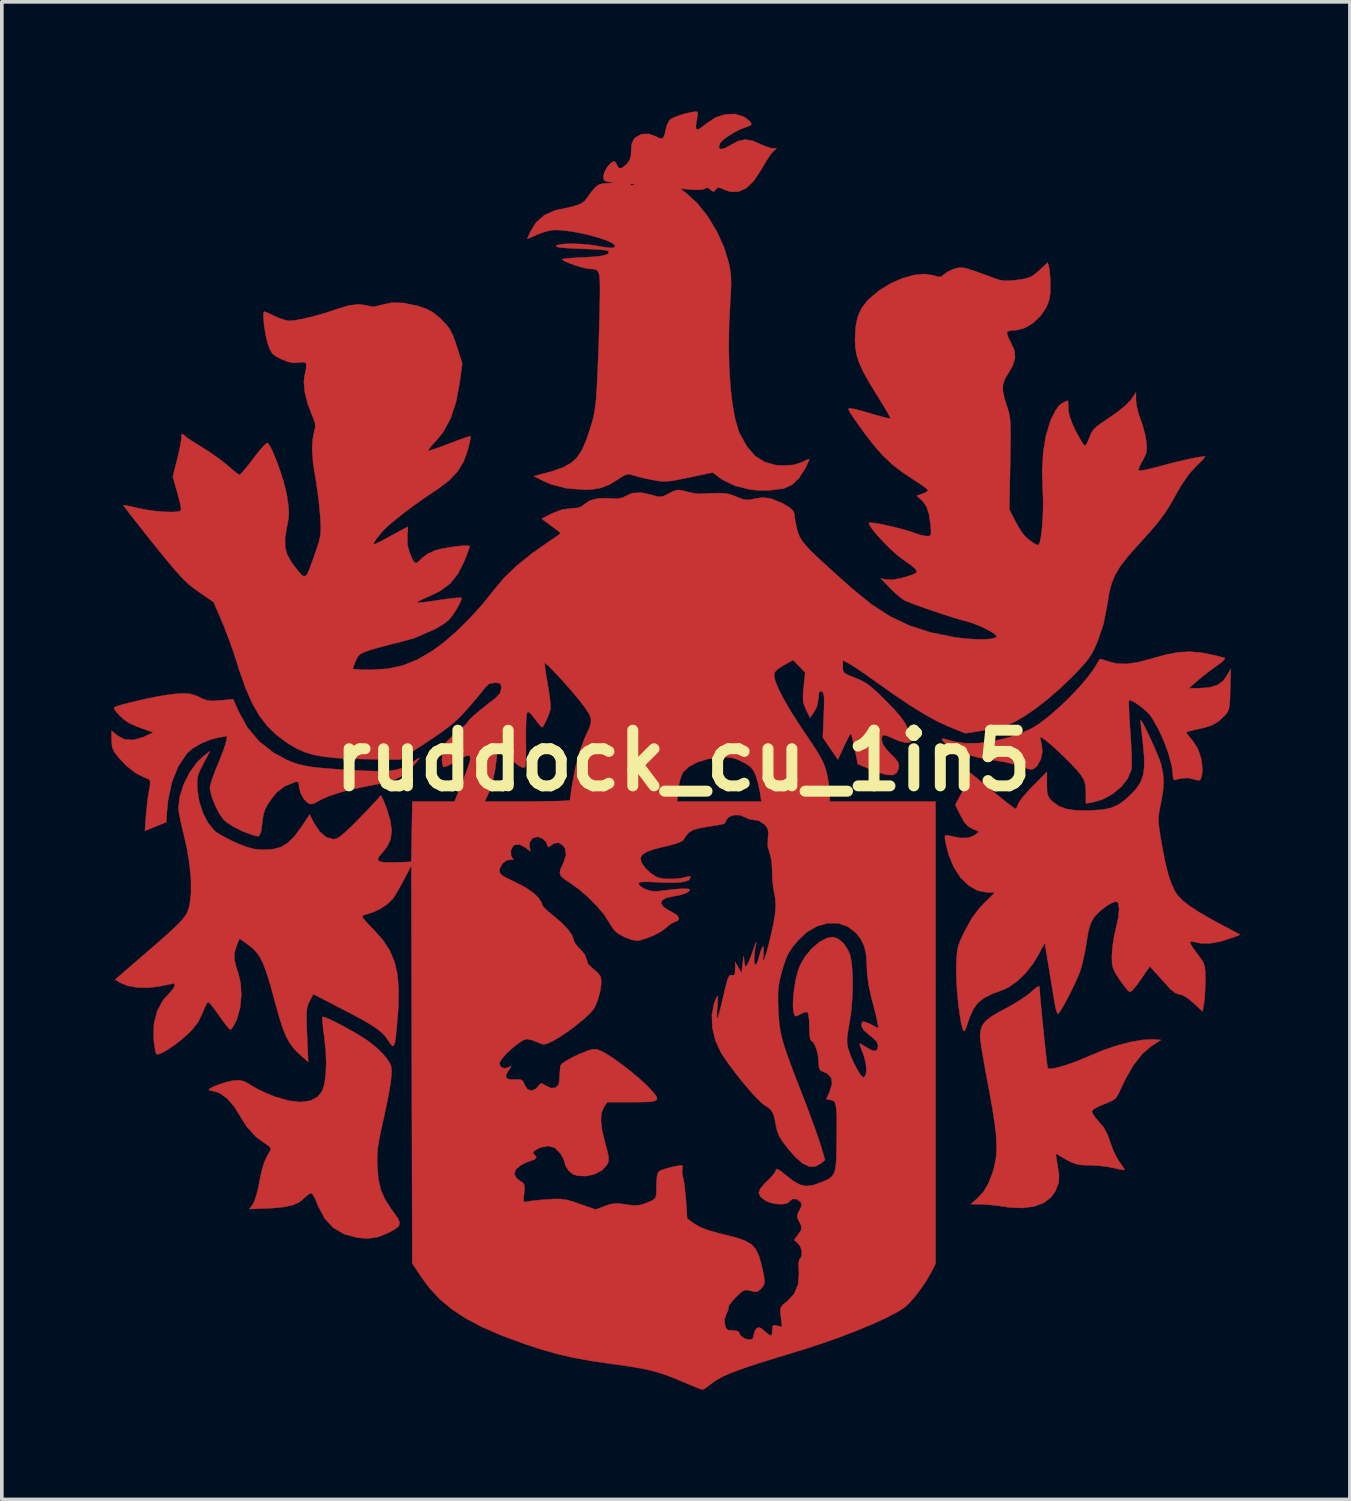
<source format=kicad_pcb>
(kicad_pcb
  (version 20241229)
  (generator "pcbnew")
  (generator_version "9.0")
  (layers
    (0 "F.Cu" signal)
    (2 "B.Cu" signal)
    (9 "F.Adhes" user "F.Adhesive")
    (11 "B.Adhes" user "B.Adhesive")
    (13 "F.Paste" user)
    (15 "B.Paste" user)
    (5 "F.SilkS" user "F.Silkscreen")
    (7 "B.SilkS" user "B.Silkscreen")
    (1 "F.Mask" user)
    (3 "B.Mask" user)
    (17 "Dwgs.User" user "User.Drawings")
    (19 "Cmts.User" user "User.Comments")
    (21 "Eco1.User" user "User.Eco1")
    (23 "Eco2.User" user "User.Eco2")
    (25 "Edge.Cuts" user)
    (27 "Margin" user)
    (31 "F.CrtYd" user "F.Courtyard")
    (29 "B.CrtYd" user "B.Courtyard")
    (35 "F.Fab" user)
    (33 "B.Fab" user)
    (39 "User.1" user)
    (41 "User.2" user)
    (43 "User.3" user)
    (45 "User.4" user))
  (footprint "ruddock_cu_1in5"
    (layer "F.Cu")
    (at 15.651 17.773)
    (property "Reference" "ruddock_cu_1in5" (at 0 0 0) (layer "F.SilkS") (effects (font (size 1.524 1.524) (thickness 0.3))))
    (attr through_hole)
    (fp_poly (pts (xy -9.817 7.021) (xy -9.693 7.072) (xy -9.518 7.156) (xy -9.314 7.262) (xy -9.097 7.382) (xy -8.887 7.504) (xy -8.703 7.619) (xy -8.586 7.7) (xy -8.406 7.846) (xy -8.237 8.009) (xy -8.124 8.14) (xy -8.038 8.266) (xy -7.993 8.37) (xy -7.981 8.491) (xy -7.992 8.671) (xy -7.993 8.687) (xy -8.015 8.853) (xy -8.055 9.091) (xy -8.11 9.376) (xy -8.174 9.68) (xy -8.207 9.83) (xy -8.279 10.153) (xy -8.329 10.403) (xy -8.36 10.604) (xy -8.374 10.783) (xy -8.376 10.963) (xy -8.37 11.125) (xy -8.34 11.468) (xy -8.275 11.75) (xy -8.162 12.007) (xy -7.989 12.278) (xy -7.923 12.366) (xy -7.806 12.533) (xy -7.758 12.651) (xy -7.786 12.743) (xy -7.896 12.83) (xy -8.077 12.928) (xy -8.358 13.041) (xy -8.634 13.08) (xy -8.919 13.057) (xy -9.282 12.959) (xy -9.58 12.784) (xy -9.816 12.529) (xy -9.993 12.191) (xy -10.01 12.146) (xy -10.076 11.987) (xy -10.139 11.876) (xy -10.183 11.836) (xy -10.253 11.87) (xy -10.355 11.955) (xy -10.383 11.983) (xy -10.515 12.089) (xy -10.687 12.165) (xy -10.917 12.216) (xy -11.223 12.247) (xy -11.411 12.256) (xy -11.875 12.274) (xy -11.78 12.144) (xy -11.728 12.034) (xy -11.672 11.856) (xy -11.621 11.641) (xy -11.607 11.566) (xy -11.54 11.235) (xy -11.462 10.98) (xy -11.365 10.777) (xy -11.317 10.701) (xy -11.281 10.619) (xy -11.328 10.561) (xy -11.348 10.548) (xy -11.687 10.303) (xy -11.947 10.021) (xy -12.106 9.765) (xy -12.285 9.475) (xy -12.478 9.252) (xy -12.673 9.108) (xy -12.79 9.064) (xy -12.91 9.036) (xy -12.979 9.018) (xy -12.981 8.992) (xy -12.908 8.947) (xy -12.783 8.892) (xy -12.63 8.837) (xy -12.471 8.789) (xy -12.33 8.759) (xy -12.306 8.756) (xy -12.15 8.748) (xy -12.026 8.774) (xy -11.888 8.848) (xy -11.828 8.888) (xy -11.663 8.982) (xy -11.444 9.088) (xy -11.215 9.183) (xy -11.179 9.197) (xy -10.802 9.307) (xy -10.477 9.344) (xy -10.211 9.309) (xy -10.007 9.203) (xy -9.883 9.047) (xy -9.822 8.862) (xy -9.785 8.6) (xy -9.772 8.282) (xy -9.784 7.932) (xy -9.822 7.572) (xy -9.823 7.57) (xy -9.852 7.349) (xy -9.871 7.168) (xy -9.878 7.048) (xy -9.874 7.012) (xy -9.817 7.021)) (stroke (width 0.01) (type solid)) (fill yes) (layer "F.Cu"))
    (fp_poly (pts (xy 9.754 6.194) (xy 9.759 6.289) (xy 9.772 6.459) (xy 9.793 6.686) (xy 9.818 6.952) (xy 9.846 7.241) (xy 9.876 7.532) (xy 9.906 7.81) (xy 9.933 8.056) (xy 9.956 8.252) (xy 9.973 8.381) (xy 9.982 8.424) (xy 10.056 8.435) (xy 10.205 8.41) (xy 10.41 8.354) (xy 10.652 8.273) (xy 10.914 8.172) (xy 11.145 8.072) (xy 11.513 7.919) (xy 11.893 7.792) (xy 12.259 7.698) (xy 12.588 7.641) (xy 12.855 7.629) (xy 12.872 7.63) (xy 13.08 7.645) (xy 12.818 7.813) (xy 12.569 8.024) (xy 12.328 8.333) (xy 12.097 8.734) (xy 11.998 8.945) (xy 11.916 9.12) (xy 11.846 9.23) (xy 11.76 9.301) (xy 11.629 9.361) (xy 11.533 9.398) (xy 11.367 9.468) (xy 11.243 9.538) (xy 11.19 9.587) (xy 11.208 9.663) (xy 11.29 9.781) (xy 11.375 9.876) (xy 11.52 10.05) (xy 11.623 10.247) (xy 11.691 10.444) (xy 11.767 10.655) (xy 11.863 10.856) (xy 11.948 10.989) (xy 12.032 11.105) (xy 12.078 11.184) (xy 12.08 11.203) (xy 12.025 11.202) (xy 11.901 11.178) (xy 11.783 11.149) (xy 11.584 11.111) (xy 11.339 11.084) (xy 11.131 11.075) (xy 10.916 11.069) (xy 10.758 11.043) (xy 10.612 10.987) (xy 10.478 10.915) (xy 10.199 10.755) (xy 10.228 10.953) (xy 10.258 11.141) (xy 10.288 11.327) (xy 10.29 11.334) (xy 10.28 11.555) (xy 10.186 11.789) (xy 10.065 11.956) (xy 9.871 12.105) (xy 9.605 12.202) (xy 9.285 12.245) (xy 8.929 12.229) (xy 8.814 12.212) (xy 8.578 12.178) (xy 8.331 12.153) (xy 8.164 12.145) (xy 7.87 12.141) (xy 8.053 11.981) (xy 8.222 11.8) (xy 8.356 11.574) (xy 8.469 11.278) (xy 8.503 11.168) (xy 8.549 10.968) (xy 8.576 10.754) (xy 8.581 10.512) (xy 8.564 10.229) (xy 8.523 9.89) (xy 8.459 9.482) (xy 8.37 8.992) (xy 8.357 8.924) (xy 8.292 8.578) (xy 8.234 8.255) (xy 8.186 7.973) (xy 8.151 7.747) (xy 8.131 7.595) (xy 8.128 7.547) (xy 8.142 7.377) (xy 8.192 7.238) (xy 8.292 7.114) (xy 8.456 6.991) (xy 8.697 6.852) (xy 8.797 6.8) (xy 9.033 6.67) (xy 9.258 6.53) (xy 9.444 6.4) (xy 9.534 6.324) (xy 9.666 6.208) (xy 9.739 6.172) (xy 9.754 6.194)) (stroke (width 0.01) (type solid)) (fill yes) (layer "F.Cu"))
    (fp_poly (pts (xy -13.483 -1.826) (xy -13.329 -1.778) (xy -13.168 -1.702) (xy -13.043 -1.654) (xy -12.899 -1.636) (xy -12.697 -1.646) (xy -12.66 -1.65) (xy -12.319 -1.684) (xy -12.178 -1.363) (xy -11.929 -0.91) (xy -11.61 -0.531) (xy -11.218 -0.221) (xy -10.85 -0.021) (xy -10.693 0.045) (xy -10.529 0.098) (xy -10.344 0.141) (xy -10.12 0.176) (xy -9.842 0.206) (xy -9.494 0.233) (xy -9.086 0.258) (xy -8.674 0.279) (xy -8.346 0.287) (xy -8.088 0.279) (xy -7.884 0.254) (xy -7.716 0.21) (xy -7.571 0.144) (xy -7.431 0.055) (xy -7.418 0.046) (xy -7.302 -0.034) (xy -7.228 -0.074) (xy -7.214 -0.074) (xy -7.246 -0.026) (xy -7.33 0.074) (xy -7.447 0.203) (xy -7.582 0.334) (xy -7.723 0.435) (xy -7.89 0.515) (xy -8.105 0.583) (xy -8.388 0.647) (xy -8.585 0.685) (xy -9.022 0.775) (xy -9.401 0.872) (xy -9.707 0.973) (xy -9.929 1.073) (xy -9.97 1.098) (xy -10.107 1.174) (xy -10.202 1.189) (xy -10.262 1.168) (xy -10.377 1.061) (xy -10.468 0.897) (xy -10.514 0.72) (xy -10.516 0.685) (xy -10.528 0.591) (xy -10.584 0.575) (xy -10.63 0.586) (xy -10.911 0.702) (xy -11.127 0.868) (xy -11.244 1.009) (xy -11.371 1.194) (xy -11.449 1.342) (xy -11.494 1.496) (xy -11.522 1.696) (xy -11.528 1.752) (xy -11.556 1.943) (xy -11.596 2.044) (xy -11.633 2.069) (xy -11.714 2.056) (xy -11.859 2.01) (xy -12.039 1.941) (xy -12.076 1.925) (xy -12.315 1.807) (xy -12.507 1.678) (xy -12.592 1.6) (xy -12.702 1.44) (xy -12.809 1.23) (xy -12.896 1.008) (xy -12.947 0.812) (xy -12.954 0.734) (xy -12.935 0.635) (xy -12.882 0.47) (xy -12.806 0.266) (xy -12.751 0.133) (xy -12.66 -0.088) (xy -12.583 -0.292) (xy -12.53 -0.449) (xy -12.515 -0.507) (xy -12.482 -0.672) (xy -12.705 -0.637) (xy -12.959 -0.571) (xy -13.216 -0.461) (xy -13.442 -0.325) (xy -13.59 -0.193) (xy -13.823 0.159) (xy -13.994 0.587) (xy -14.101 1.081) (xy -14.135 1.438) (xy -14.148 1.682) (xy -14.733 1.92) (xy -14.704 1.506) (xy -14.683 1.272) (xy -14.656 1.041) (xy -14.629 0.861) (xy -14.627 0.848) (xy -14.594 0.673) (xy -14.589 0.571) (xy -14.618 0.515) (xy -14.692 0.479) (xy -14.754 0.458) (xy -14.992 0.338) (xy -15.245 0.136) (xy -15.467 -0.099) (xy -15.577 -0.247) (xy -15.631 -0.376) (xy -15.646 -0.535) (xy -15.646 -0.568) (xy -15.646 -0.822) (xy -15.49 -0.69) (xy -15.291 -0.582) (xy -15.056 -0.567) (xy -14.784 -0.644) (xy -14.732 -0.667) (xy -14.503 -0.773) (xy -14.76 -0.863) (xy -14.942 -0.931) (xy -15.112 -1.004) (xy -15.173 -1.033) (xy -15.279 -1.104) (xy -15.395 -1.205) (xy -15.498 -1.313) (xy -15.567 -1.405) (xy -15.579 -1.456) (xy -15.509 -1.488) (xy -15.361 -1.534) (xy -15.155 -1.588) (xy -14.913 -1.646) (xy -14.657 -1.703) (xy -14.407 -1.753) (xy -14.185 -1.792) (xy -14.127 -1.8) (xy -13.852 -1.834) (xy -13.647 -1.844) (xy -13.483 -1.826)) (stroke (width 0.01) (type solid)) (fill yes) (layer "F.Cu"))
    (fp_poly (pts (xy 14.206 -2.954) (xy 14.574 -2.879) (xy 14.826 -2.812) (xy 14.822 -2.777) (xy 14.748 -2.703) (xy 14.617 -2.603) (xy 14.597 -2.59) (xy 14.402 -2.449) (xy 14.201 -2.293) (xy 14.072 -2.184) (xy 13.843 -1.981) (xy 14.122 -1.984) (xy 14.413 -2.006) (xy 14.627 -2.072) (xy 14.784 -2.189) (xy 14.872 -2.311) (xy 14.99 -2.515) (xy 14.975 -1.946) (xy 14.968 -1.698) (xy 14.957 -1.528) (xy 14.937 -1.415) (xy 14.904 -1.334) (xy 14.852 -1.265) (xy 14.808 -1.218) (xy 14.655 -1.077) (xy 14.492 -0.979) (xy 14.288 -0.908) (xy 14.084 -0.862) (xy 13.92 -0.826) (xy 13.806 -0.794) (xy 13.767 -0.774) (xy 13.798 -0.725) (xy 13.878 -0.628) (xy 13.94 -0.557) (xy 14.087 -0.331) (xy 14.183 -0.053) (xy 14.216 0.232) (xy 14.202 0.379) (xy 14.169 0.502) (xy 14.123 0.542) (xy 14.081 0.534) (xy 13.811 0.47) (xy 13.574 0.497) (xy 13.566 0.5) (xy 13.46 0.53) (xy 13.418 0.509) (xy 13.41 0.442) (xy 13.379 0.165) (xy 13.295 -0.162) (xy 13.171 -0.512) (xy 13.015 -0.854) (xy 12.84 -1.16) (xy 12.792 -1.232) (xy 12.705 -1.329) (xy 12.581 -1.438) (xy 12.445 -1.541) (xy 12.32 -1.621) (xy 12.231 -1.66) (xy 12.206 -1.657) (xy 12.2 -1.599) (xy 12.202 -1.457) (xy 12.211 -1.249) (xy 12.226 -0.99) (xy 12.241 -0.769) (xy 12.26 -0.472) (xy 12.273 -0.2) (xy 12.278 0.027) (xy 12.276 0.188) (xy 12.269 0.249) (xy 12.17 0.488) (xy 11.99 0.716) (xy 11.753 0.913) (xy 11.479 1.062) (xy 11.214 1.14) (xy 11.024 1.173) (xy 11.024 0.874) (xy 11.014 0.679) (xy 10.976 0.538) (xy 10.896 0.403) (xy 10.877 0.376) (xy 10.773 0.25) (xy 10.629 0.096) (xy 10.46 -0.074) (xy 10.282 -0.244) (xy 10.109 -0.401) (xy 9.958 -0.53) (xy 9.843 -0.617) (xy 9.779 -0.648) (xy 9.773 -0.646) (xy 9.775 -0.59) (xy 9.805 -0.479) (xy 9.811 -0.461) (xy 9.836 -0.255) (xy 9.791 -0.039) (xy 9.687 0.143) (xy 9.654 0.176) (xy 9.593 0.224) (xy 9.531 0.24) (xy 9.438 0.222) (xy 9.284 0.168) (xy 9.26 0.159) (xy 9.052 0.096) (xy 8.801 0.037) (xy 8.585 0.00034) (xy 8.091 -0.083) (xy 7.693 -0.188) (xy 7.389 -0.317) (xy 7.174 -0.47) (xy 7.142 -0.503) (xy 7.088 -0.568) (xy 7.083 -0.6) (xy 7.141 -0.598) (xy 7.275 -0.564) (xy 7.406 -0.527) (xy 7.714 -0.477) (xy 8.082 -0.48) (xy 8.485 -0.534) (xy 8.9 -0.633) (xy 9.302 -0.774) (xy 9.525 -0.876) (xy 9.746 -1.012) (xy 10.007 -1.212) (xy 10.289 -1.457) (xy 10.573 -1.729) (xy 10.841 -2.011) (xy 11.073 -2.282) (xy 11.25 -2.526) (xy 11.275 -2.566) (xy 11.349 -2.688) (xy 11.397 -2.768) (xy 11.405 -2.782) (xy 11.454 -2.775) (xy 11.566 -2.741) (xy 11.632 -2.718) (xy 11.874 -2.659) (xy 12.135 -2.649) (xy 12.437 -2.692) (xy 12.802 -2.787) (xy 12.833 -2.797) (xy 13.224 -2.905) (xy 13.562 -2.967) (xy 13.879 -2.984) (xy 14.206 -2.954)) (stroke (width 0.01) (type solid)) (fill yes) (layer "F.Cu"))
    (fp_poly (pts (xy 12.552 -1.078) (xy 12.611 -0.975) (xy 12.691 -0.818) (xy 12.782 -0.627) (xy 12.875 -0.421) (xy 12.962 -0.221) (xy 13.032 -0.046) (xy 13.078 0.084) (xy 13.083 0.102) (xy 13.134 0.339) (xy 13.152 0.561) (xy 13.138 0.803) (xy 13.09 1.098) (xy 13.071 1.193) (xy 13.037 1.367) (xy 13.016 1.506) (xy 13.011 1.637) (xy 13.022 1.784) (xy 13.049 1.976) (xy 13.092 2.238) (xy 13.1 2.283) (xy 13.185 2.729) (xy 13.272 3.087) (xy 13.364 3.366) (xy 13.465 3.579) (xy 13.536 3.684) (xy 13.665 3.821) (xy 13.858 3.973) (xy 14.124 4.147) (xy 14.472 4.348) (xy 14.724 4.484) (xy 15.246 4.762) (xy 15.053 4.839) (xy 14.721 4.947) (xy 14.419 5.002) (xy 14.168 5) (xy 14.099 4.985) (xy 13.968 4.956) (xy 13.885 4.951) (xy 13.875 4.955) (xy 13.885 5.007) (xy 13.943 5.106) (xy 13.961 5.131) (xy 14.072 5.284) (xy 14.185 5.439) (xy 14.186 5.44) (xy 14.243 5.531) (xy 14.276 5.632) (xy 14.292 5.77) (xy 14.295 5.974) (xy 14.295 6.042) (xy 14.288 6.272) (xy 14.275 6.486) (xy 14.258 6.647) (xy 14.253 6.677) (xy 14.218 6.866) (xy 13.969 6.633) (xy 13.793 6.489) (xy 13.649 6.411) (xy 13.595 6.401) (xy 13.467 6.358) (xy 13.326 6.242) (xy 13.321 6.236) (xy 13.198 6.1) (xy 13.05 5.936) (xy 12.973 5.851) (xy 12.774 5.631) (xy 12.527 5.992) (xy 12.41 6.153) (xy 12.308 6.273) (xy 12.239 6.332) (xy 12.224 6.335) (xy 12.17 6.287) (xy 12.079 6.176) (xy 11.969 6.025) (xy 11.952 6) (xy 11.839 5.828) (xy 11.774 5.699) (xy 11.744 5.572) (xy 11.736 5.409) (xy 11.736 5.343) (xy 11.751 5.113) (xy 11.79 4.847) (xy 11.838 4.626) (xy 11.912 4.295) (xy 11.935 4.052) (xy 11.907 3.894) (xy 11.896 3.874) (xy 11.833 3.858) (xy 11.719 3.901) (xy 11.578 3.987) (xy 11.429 4.103) (xy 11.296 4.234) (xy 11.254 4.286) (xy 11.18 4.401) (xy 11.126 4.541) (xy 11.081 4.731) (xy 11.043 4.965) (xy 10.999 5.222) (xy 10.944 5.482) (xy 10.886 5.701) (xy 10.865 5.766) (xy 10.801 5.926) (xy 10.711 6.125) (xy 10.606 6.341) (xy 10.498 6.551) (xy 10.397 6.734) (xy 10.315 6.869) (xy 10.263 6.933) (xy 10.262 6.934) (xy 10.235 6.901) (xy 10.201 6.79) (xy 10.167 6.623) (xy 10.162 6.591) (xy 10.128 6.384) (xy 10.085 6.116) (xy 10.037 5.827) (xy 10.005 5.631) (xy 9.966 5.395) (xy 9.934 5.197) (xy 9.913 5.056) (xy 9.905 4.996) (xy 9.884 5.016) (xy 9.832 5.108) (xy 9.758 5.254) (xy 9.75 5.269) (xy 9.584 5.55) (xy 9.374 5.814) (xy 9.14 6.04) (xy 8.905 6.206) (xy 8.763 6.271) (xy 8.456 6.385) (xy 8.23 6.499) (xy 8.066 6.63) (xy 7.945 6.797) (xy 7.846 7.016) (xy 7.8 7.15) (xy 7.745 7.314) (xy 7.709 7.394) (xy 7.683 7.403) (xy 7.658 7.355) (xy 7.655 7.347) (xy 7.613 7.193) (xy 7.573 6.963) (xy 7.536 6.682) (xy 7.505 6.376) (xy 7.484 6.072) (xy 7.475 5.793) (xy 7.476 5.646) (xy 7.485 5.398) (xy 7.501 5.217) (xy 7.532 5.07) (xy 7.585 4.923) (xy 7.669 4.742) (xy 7.717 4.644) (xy 7.903 4.311) (xy 8.105 4.041) (xy 8.239 3.899) (xy 8.537 3.607) (xy 8.326 3.607) (xy 8.063 3.558) (xy 7.816 3.419) (xy 7.594 3.201) (xy 7.408 2.915) (xy 7.265 2.572) (xy 7.179 2.215) (xy 7.163 2.089) (xy 7.178 2.039) (xy 7.238 2.042) (xy 7.269 2.051) (xy 7.58 2.115) (xy 7.817 2.111) (xy 7.975 2.043) (xy 8.1 1.941) (xy 7.917 1.865) (xy 7.794 1.793) (xy 7.693 1.679) (xy 7.592 1.497) (xy 7.449 1.206) (xy 7.618 0.893) (xy 7.719 0.682) (xy 7.764 0.523) (xy 7.763 0.417) (xy 7.751 0.306) (xy 7.755 0.254) (xy 7.756 0.254) (xy 7.799 0.285) (xy 7.906 0.37) (xy 8.065 0.498) (xy 8.263 0.659) (xy 8.418 0.787) (xy 8.636 0.966) (xy 8.826 1.119) (xy 8.976 1.235) (xy 9.071 1.305) (xy 9.098 1.321) (xy 9.135 1.278) (xy 9.164 1.198) (xy 9.211 1.112) (xy 9.315 0.977) (xy 9.459 0.813) (xy 9.576 0.691) (xy 9.957 0.306) (xy 9.957 0.641) (xy 9.961 0.827) (xy 9.981 0.946) (xy 10.028 1.033) (xy 10.114 1.122) (xy 10.114 1.122) (xy 10.28 1.242) (xy 10.485 1.32) (xy 10.747 1.359) (xy 11.083 1.365) (xy 11.176 1.361) (xy 11.477 1.339) (xy 11.709 1.293) (xy 11.9 1.212) (xy 12.083 1.083) (xy 12.234 0.947) (xy 12.4 0.771) (xy 12.516 0.597) (xy 12.589 0.404) (xy 12.622 0.174) (xy 12.619 -0.113) (xy 12.586 -0.476) (xy 12.579 -0.533) (xy 12.553 -0.759) (xy 12.534 -0.944) (xy 12.524 -1.066) (xy 12.523 -1.107) (xy 12.552 -1.078)) (stroke (width 0.01) (type solid)) (fill yes) (layer "F.Cu"))
    (fp_poly (pts (xy 0.392 -17.761) (xy 0.397 -17.701) (xy 0.381 -17.577) (xy 0.367 -17.504) (xy 0.344 -17.352) (xy 0.364 -17.281) (xy 0.433 -17.29) (xy 0.559 -17.377) (xy 0.641 -17.445) (xy 0.892 -17.609) (xy 1.159 -17.695) (xy 1.422 -17.702) (xy 1.66 -17.628) (xy 1.753 -17.567) (xy 1.855 -17.471) (xy 1.865 -17.407) (xy 1.782 -17.362) (xy 1.74 -17.35) (xy 1.586 -17.294) (xy 1.407 -17.203) (xy 1.23 -17.096) (xy 1.088 -16.991) (xy 1.011 -16.907) (xy 0.976 -16.795) (xy 1.014 -16.743) (xy 1.113 -16.753) (xy 1.263 -16.829) (xy 1.273 -16.836) (xy 1.501 -16.961) (xy 1.704 -17.003) (xy 1.913 -16.966) (xy 2.072 -16.896) (xy 2.237 -16.823) (xy 2.381 -16.775) (xy 2.446 -16.764) (xy 2.559 -16.764) (xy 2.455 -16.667) (xy 2.383 -16.578) (xy 2.282 -16.428) (xy 2.172 -16.242) (xy 2.138 -16.182) (xy 1.94 -15.879) (xy 1.733 -15.677) (xy 1.516 -15.576) (xy 1.29 -15.574) (xy 1.139 -15.626) (xy 1.016 -15.68) (xy 0.949 -15.686) (xy 0.901 -15.646) (xy 0.891 -15.632) (xy 0.837 -15.577) (xy 0.783 -15.598) (xy 0.746 -15.634) (xy 0.663 -15.687) (xy 0.605 -15.662) (xy 0.517 -15.632) (xy 0.349 -15.626) (xy 0.236 -15.632) (xy -0.076 -15.658) (xy 0.096 -15.527) (xy 0.393 -15.252) (xy 0.671 -14.901) (xy 0.916 -14.498) (xy 1.113 -14.069) (xy 1.246 -13.639) (xy 1.25 -13.625) (xy 1.287 -13.432) (xy 1.308 -13.25) (xy 1.313 -13.047) (xy 1.303 -12.793) (xy 1.291 -12.601) (xy 1.258 -11.964) (xy 1.248 -11.35) (xy 1.26 -10.77) (xy 1.294 -10.238) (xy 1.348 -9.764) (xy 1.421 -9.362) (xy 1.513 -9.044) (xy 1.552 -8.949) (xy 1.744 -8.6) (xy 1.966 -8.345) (xy 2.226 -8.178) (xy 2.531 -8.092) (xy 2.75 -8.077) (xy 3.021 -8.097) (xy 3.23 -8.162) (xy 3.265 -8.179) (xy 3.38 -8.235) (xy 3.447 -8.257) (xy 3.454 -8.253) (xy 3.433 -8.197) (xy 3.379 -8.079) (xy 3.33 -7.981) (xy 3.167 -7.73) (xy 2.973 -7.549) (xy 2.764 -7.453) (xy 2.729 -7.446) (xy 2.38 -7.404) (xy 2.092 -7.396) (xy 1.829 -7.423) (xy 1.829 -7.423) (xy 1.424 -7.523) (xy 1.093 -7.68) (xy 0.983 -7.757) (xy 0.809 -7.889) (xy 0.163 -7.753) (xy -0.106 -7.698) (xy -0.302 -7.662) (xy -0.451 -7.646) (xy -0.579 -7.647) (xy -0.712 -7.663) (xy -0.864 -7.69) (xy -1.071 -7.734) (xy -1.256 -7.779) (xy -1.382 -7.817) (xy -1.388 -7.819) (xy -1.484 -7.844) (xy -1.574 -7.828) (xy -1.693 -7.762) (xy -1.757 -7.719) (xy -2.014 -7.56) (xy -2.248 -7.466) (xy -2.498 -7.424) (xy -2.688 -7.417) (xy -3.184 -7.454) (xy -3.619 -7.566) (xy -3.835 -7.66) (xy -4.089 -7.789) (xy -3.912 -7.834) (xy -3.555 -7.932) (xy -3.279 -8.032) (xy -3.066 -8.151) (xy -2.901 -8.304) (xy -2.768 -8.508) (xy -2.651 -8.776) (xy -2.535 -9.125) (xy -2.509 -9.211) (xy -2.464 -9.37) (xy -2.43 -9.528) (xy -2.403 -9.705) (xy -2.381 -9.92) (xy -2.363 -10.191) (xy -2.346 -10.537) (xy -2.338 -10.719) (xy -2.323 -11.107) (xy -2.308 -11.523) (xy -2.296 -11.932) (xy -2.286 -12.304) (xy -2.28 -12.59) (xy -2.277 -12.906) (xy -2.28 -13.134) (xy -2.295 -13.289) (xy -2.325 -13.385) (xy -2.375 -13.437) (xy -2.449 -13.457) (xy -2.543 -13.461) (xy -2.653 -13.476) (xy -2.801 -13.512) (xy -2.963 -13.563) (xy -3.117 -13.619) (xy -3.239 -13.671) (xy -3.305 -13.713) (xy -3.302 -13.732) (xy -3.222 -13.745) (xy -3.065 -13.759) (xy -2.856 -13.772) (xy -2.678 -13.78) (xy -2.368 -13.8) (xy -2.158 -13.833) (xy -2.047 -13.879) (xy -2.037 -13.938) (xy -2.052 -13.956) (xy -2.115 -13.972) (xy -2.259 -13.988) (xy -2.464 -14.001) (xy -2.711 -14.011) (xy -2.76 -14.013) (xy -3.012 -14.022) (xy -3.228 -14.035) (xy -3.386 -14.051) (xy -3.467 -14.067) (xy -3.472 -14.07) (xy -3.466 -14.106) (xy -3.379 -14.131) (xy -3.229 -14.147) (xy -3.036 -14.151) (xy -2.82 -14.145) (xy -2.6 -14.128) (xy -2.395 -14.099) (xy -2.368 -14.094) (xy -2.128 -14.051) (xy -1.972 -14.037) (xy -1.886 -14.05) (xy -1.869 -14.061) (xy -1.871 -14.114) (xy -1.957 -14.178) (xy -2.11 -14.247) (xy -2.316 -14.317) (xy -2.557 -14.385) (xy -2.818 -14.444) (xy -3.081 -14.491) (xy -3.332 -14.52) (xy -3.516 -14.529) (xy -3.67 -14.508) (xy -3.861 -14.453) (xy -3.986 -14.405) (xy -4.266 -14.281) (xy -4.19 -14.468) (xy -4.03 -14.731) (xy -3.798 -14.934) (xy -3.512 -15.063) (xy -3.424 -15.084) (xy -3.137 -15.142) (xy -2.933 -15.197) (xy -2.794 -15.252) (xy -2.702 -15.317) (xy -2.655 -15.372) (xy -2.516 -15.566) (xy -2.411 -15.69) (xy -2.32 -15.76) (xy -1.451 -15.76) (xy -1.401 -15.752) (xy -1.335 -15.761) (xy -1.335 -15.779) (xy -1.403 -15.791) (xy -1.432 -15.783) (xy -1.451 -15.76) (xy -2.32 -15.76) (xy -2.318 -15.762) (xy -2.218 -15.795) (xy -2.087 -15.807) (xy -2.066 -15.807) (xy -1.927 -15.813) (xy -1.886 -15.82) (xy -1.936 -15.829) (xy -1.994 -15.836) (xy -2.12 -15.858) (xy -2.173 -15.905) (xy -2.184 -15.998) (xy -2.154 -16.115) (xy -2.08 -16.245) (xy -1.986 -16.354) (xy -1.899 -16.407) (xy -1.888 -16.408) (xy -1.839 -16.366) (xy -1.814 -16.307) (xy -1.765 -16.22) (xy -1.681 -16.224) (xy -1.559 -16.318) (xy -1.547 -16.33) (xy -1.464 -16.44) (xy -1.428 -16.577) (xy -1.422 -16.702) (xy -1.409 -16.879) (xy -1.36 -16.998) (xy -1.305 -17.06) (xy -1.139 -17.151) (xy -0.942 -17.159) (xy -0.762 -17.094) (xy -0.629 -17.032) (xy -0.55 -17.045) (xy -0.505 -17.142) (xy -0.486 -17.241) (xy -0.444 -17.4) (xy -0.378 -17.527) (xy -0.355 -17.552) (xy -0.268 -17.602) (xy -0.126 -17.656) (xy 0.042 -17.708) (xy 0.205 -17.748) (xy 0.332 -17.768) (xy 0.392 -17.761)) (stroke (width 0.01) (type solid)) (fill yes) (layer "F.Cu"))
    (fp_poly (pts (xy 10.013 -13.511) (xy 10.032 -13.398) (xy 10.046 -13.221) (xy 10.053 -13.019) (xy 10.053 -13.016) (xy 10.048 -12.786) (xy 10.019 -12.611) (xy 9.958 -12.449) (xy 9.934 -12.399) (xy 9.78 -12.172) (xy 9.58 -11.982) (xy 9.359 -11.848) (xy 9.14 -11.787) (xy 9.102 -11.786) (xy 8.965 -11.774) (xy 8.876 -11.746) (xy 8.865 -11.736) (xy 8.871 -11.666) (xy 8.92 -11.545) (xy 8.964 -11.464) (xy 9.067 -11.235) (xy 9.085 -11.024) (xy 9.018 -10.806) (xy 8.915 -10.631) (xy 8.81 -10.455) (xy 8.755 -10.299) (xy 8.75 -10.133) (xy 8.792 -9.929) (xy 8.856 -9.724) (xy 8.894 -9.611) (xy 8.922 -9.507) (xy 8.942 -9.398) (xy 8.955 -9.268) (xy 8.961 -9.102) (xy 8.963 -8.884) (xy 8.96 -8.6) (xy 8.954 -8.233) (xy 8.952 -8.127) (xy 8.928 -6.881) (xy 9.082 -6.577) (xy 9.18 -6.4) (xy 9.278 -6.246) (xy 9.345 -6.159) (xy 9.466 -6.047) (xy 9.589 -5.957) (xy 9.688 -5.906) (xy 9.733 -5.906) (xy 9.767 -5.988) (xy 9.797 -6.149) (xy 9.823 -6.368) (xy 9.842 -6.623) (xy 9.853 -6.891) (xy 9.854 -7.152) (xy 9.845 -7.367) (xy 9.827 -7.92) (xy 9.856 -8.435) (xy 9.93 -8.895) (xy 10.047 -9.282) (xy 10.082 -9.365) (xy 10.198 -9.592) (xy 10.302 -9.733) (xy 10.385 -9.793) (xy 10.484 -9.837) (xy 10.531 -9.855) (xy 10.537 -9.81) (xy 10.541 -9.696) (xy 10.542 -9.639) (xy 10.57 -9.451) (xy 10.656 -9.214) (xy 10.745 -9.027) (xy 10.841 -8.848) (xy 10.924 -8.709) (xy 10.981 -8.63) (xy 10.994 -8.621) (xy 11.035 -8.658) (xy 11.09 -8.765) (xy 11.121 -8.848) (xy 11.165 -8.959) (xy 11.222 -9.05) (xy 11.311 -9.139) (xy 11.45 -9.244) (xy 11.656 -9.383) (xy 11.667 -9.39) (xy 11.901 -9.555) (xy 12.098 -9.714) (xy 12.234 -9.85) (xy 12.264 -9.889) (xy 12.395 -10.082) (xy 12.395 -9.866) (xy 12.415 -9.7) (xy 12.467 -9.494) (xy 12.52 -9.343) (xy 12.595 -9.121) (xy 12.655 -8.88) (xy 12.678 -8.74) (xy 12.692 -8.558) (xy 12.676 -8.425) (xy 12.62 -8.293) (xy 12.573 -8.208) (xy 12.501 -8.072) (xy 12.464 -7.972) (xy 12.465 -7.939) (xy 12.524 -7.939) (xy 12.66 -7.964) (xy 12.852 -8.008) (xy 13.069 -8.065) (xy 13.361 -8.143) (xy 13.649 -8.213) (xy 13.911 -8.271) (xy 14.124 -8.311) (xy 14.267 -8.33) (xy 14.288 -8.331) (xy 14.276 -8.3) (xy 14.203 -8.219) (xy 14.084 -8.103) (xy 14.063 -8.083) (xy 13.85 -7.852) (xy 13.639 -7.546) (xy 13.517 -7.334) (xy 13.385 -7.099) (xy 13.268 -6.903) (xy 13.15 -6.726) (xy 13.018 -6.55) (xy 12.857 -6.356) (xy 12.653 -6.125) (xy 12.419 -5.867) (xy 12.162 -5.576) (xy 11.97 -5.328) (xy 11.831 -5.1) (xy 11.733 -4.868) (xy 11.664 -4.608) (xy 11.612 -4.298) (xy 11.605 -4.248) (xy 11.509 -3.753) (xy 11.35 -3.282) (xy 11.268 -3.09) (xy 11.19 -2.936) (xy 11.101 -2.798) (xy 10.985 -2.653) (xy 10.825 -2.479) (xy 10.647 -2.296) (xy 10.324 -1.984) (xy 9.988 -1.692) (xy 9.655 -1.432) (xy 9.34 -1.216) (xy 9.06 -1.055) (xy 8.844 -0.964) (xy 8.65 -0.913) (xy 8.405 -0.86) (xy 8.16 -0.816) (xy 8.142 -0.814) (xy 7.725 -0.75) (xy 7.266 -0.934) (xy 6.966 -1.071) (xy 6.615 -1.265) (xy 6.207 -1.518) (xy 5.736 -1.834) (xy 5.207 -2.209) (xy 4.994 -2.361) (xy 4.795 -2.497) (xy 4.633 -2.603) (xy 4.534 -2.662) (xy 4.369 -2.746) (xy 4.369 -2.571) (xy 4.374 -2.479) (xy 4.403 -2.416) (xy 4.476 -2.363) (xy 4.615 -2.303) (xy 4.713 -2.265) (xy 4.866 -2.201) (xy 5 -2.127) (xy 5.136 -2.028) (xy 5.294 -1.889) (xy 5.495 -1.694) (xy 5.551 -1.637) (xy 5.779 -1.402) (xy 5.942 -1.216) (xy 6.054 -1.061) (xy 6.129 -0.92) (xy 6.147 -0.874) (xy 6.203 -0.72) (xy 6.24 -0.604) (xy 6.248 -0.564) (xy 6.208 -0.501) (xy 6.095 -0.491) (xy 5.925 -0.534) (xy 5.804 -0.583) (xy 5.622 -0.664) (xy 5.512 -0.7) (xy 5.457 -0.69) (xy 5.438 -0.633) (xy 5.436 -0.57) (xy 5.465 -0.453) (xy 5.56 -0.315) (xy 5.682 -0.185) (xy 5.814 -0.049) (xy 5.884 0.047) (xy 5.907 0.129) (xy 5.897 0.22) (xy 5.843 0.337) (xy 5.738 0.393) (xy 5.572 0.388) (xy 5.337 0.321) (xy 5.164 0.254) (xy 4.784 0.096) (xy 4.7 -0.295) (xy 4.659 -0.486) (xy 4.624 -0.64) (xy 4.603 -0.729) (xy 4.601 -0.737) (xy 4.574 -0.718) (xy 4.518 -0.624) (xy 4.441 -0.474) (xy 4.41 -0.408) (xy 4.236 -0.028) (xy 3.823 -0.635) (xy 3.849 -1.249) (xy 3.858 -1.512) (xy 3.859 -1.69) (xy 3.851 -1.802) (xy 3.831 -1.863) (xy 3.799 -1.892) (xy 3.791 -1.895) (xy 3.738 -1.899) (xy 3.713 -1.839) (xy 3.708 -1.723) (xy 3.661 -1.479) (xy 3.591 -1.345) (xy 3.473 -1.172) (xy 3.366 -1.393) (xy 3.311 -1.519) (xy 3.284 -1.637) (xy 3.28 -1.781) (xy 3.296 -1.986) (xy 3.299 -2.013) (xy 3.34 -2.413) (xy 3.174 -2.584) (xy 3.009 -2.755) (xy 2.749 -2.61) (xy 2.594 -2.512) (xy 2.514 -2.431) (xy 2.489 -2.344) (xy 2.489 -2.335) (xy 2.522 -2.177) (xy 2.616 -1.948) (xy 2.77 -1.654) (xy 2.979 -1.3) (xy 3.241 -0.895) (xy 3.342 -0.746) (xy 3.535 -0.458) (xy 3.678 -0.236) (xy 3.78 -0.059) (xy 3.85 0.089) (xy 3.9 0.225) (xy 3.934 0.356) (xy 3.975 0.569) (xy 4.004 0.774) (xy 4.013 0.912) (xy 4.013 1.118) (xy 6.909 1.118) (xy 6.909 7.444) (xy 6.909 13.77) (xy 6.787 14.011) (xy 6.666 14.221) (xy 6.512 14.45) (xy 6.345 14.669) (xy 6.186 14.852) (xy 6.06 14.968) (xy 5.847 15.102) (xy 5.549 15.256) (xy 5.182 15.423) (xy 4.759 15.599) (xy 4.295 15.777) (xy 3.804 15.951) (xy 3.3 16.116) (xy 3.099 16.177) (xy 2.582 16.334) (xy 2.152 16.468) (xy 1.8 16.582) (xy 1.514 16.682) (xy 1.284 16.77) (xy 1.101 16.851) (xy 0.953 16.93) (xy 0.83 17.009) (xy 0.724 17.091) (xy 0.615 17.173) (xy 0.538 17.215) (xy 0.526 17.217) (xy 0.464 17.197) (xy 0.33 17.144) (xy 0.144 17.067) (xy -0.051 16.985) (xy -0.319 16.874) (xy -0.562 16.786) (xy -0.8 16.715) (xy -1.058 16.654) (xy -1.357 16.599) (xy -1.721 16.544) (xy -1.991 16.508) (xy -2.528 16.429) (xy -2.998 16.344) (xy -3.436 16.243) (xy -3.875 16.119) (xy -4.325 15.972) (xy -4.955 15.741) (xy -5.494 15.508) (xy -5.953 15.266) (xy -6.344 15.008) (xy -6.677 14.727) (xy -6.963 14.414) (xy -7.17 14.132) (xy -7.416 13.76) (xy -7.429 8.315) (xy -7.442 3.012) (xy -5.029 3.012) (xy -5.015 3.075) (xy -4.96 3.135) (xy -4.848 3.203) (xy -4.662 3.293) (xy -4.595 3.324) (xy -4.332 3.461) (xy -4.113 3.609) (xy -3.955 3.758) (xy -3.87 3.893) (xy -3.861 3.946) (xy -3.823 4.005) (xy -3.724 4.103) (xy -3.583 4.221) (xy -3.565 4.235) (xy -3.343 4.423) (xy -3.165 4.607) (xy -3.045 4.771) (xy -2.998 4.899) (xy -2.997 4.908) (xy -2.962 4.993) (xy -2.872 5.107) (xy -2.819 5.159) (xy -2.691 5.309) (xy -2.642 5.442) (xy -2.642 5.449) (xy -2.6 5.571) (xy -2.47 5.691) (xy -2.463 5.696) (xy -2.341 5.802) (xy -2.261 5.915) (xy -2.251 5.942) (xy -2.242 6.1) (xy -2.272 6.31) (xy -2.331 6.533) (xy -2.412 6.732) (xy -2.444 6.791) (xy -2.543 6.909) (xy -2.706 7.061) (xy -2.911 7.231) (xy -3.136 7.4) (xy -3.359 7.552) (xy -3.557 7.669) (xy -3.593 7.687) (xy -3.73 7.749) (xy -3.823 7.765) (xy -3.918 7.738) (xy -3.989 7.706) (xy -4.138 7.649) (xy -4.27 7.621) (xy -4.286 7.62) (xy -4.383 7.654) (xy -4.521 7.744) (xy -4.676 7.869) (xy -4.826 8.008) (xy -4.948 8.142) (xy -5.019 8.249) (xy -5.029 8.286) (xy -4.99 8.386) (xy -4.893 8.424) (xy -4.77 8.391) (xy -4.765 8.387) (xy -4.709 8.358) (xy -4.712 8.382) (xy -4.775 8.473) (xy -4.782 8.481) (xy -4.853 8.612) (xy -4.836 8.694) (xy -4.73 8.73) (xy -4.591 8.728) (xy -4.46 8.726) (xy -4.391 8.761) (xy -4.347 8.855) (xy -4.343 8.865) (xy -4.263 8.994) (xy -4.151 9.034) (xy -4.031 8.98) (xy -3.981 8.926) (xy -3.911 8.844) (xy -3.854 8.836) (xy -3.762 8.895) (xy -3.76 8.896) (xy -3.615 8.963) (xy -3.491 8.951) (xy -3.411 8.867) (xy -3.394 8.795) (xy -3.383 8.636) (xy -3.376 8.534) (xy -3.366 8.411) (xy -3.36 8.345) (xy -3.312 8.29) (xy -3.194 8.211) (xy -3.028 8.12) (xy -2.839 8.03) (xy -2.65 7.953) (xy -2.579 7.928) (xy -2.46 7.897) (xy -2.362 7.902) (xy -2.243 7.949) (xy -2.137 8.004) (xy -1.935 8.13) (xy -1.69 8.305) (xy -1.43 8.507) (xy -1.183 8.715) (xy -0.978 8.905) (xy -0.899 8.988) (xy -0.784 9.12) (xy -0.721 9.216) (xy -0.72 9.28) (xy -0.789 9.319) (xy -0.937 9.339) (xy -1.171 9.346) (xy -1.396 9.347) (xy -2.08 9.347) (xy -2.169 9.483) (xy -2.235 9.639) (xy -2.252 9.844) (xy -2.221 10.11) (xy -2.14 10.451) (xy -2.132 10.478) (xy -2.074 10.693) (xy -2.043 10.836) (xy -2.038 10.932) (xy -2.057 11.006) (xy -2.085 11.063) (xy -2.222 11.213) (xy -2.423 11.319) (xy -2.655 11.372) (xy -2.886 11.363) (xy -3.015 11.323) (xy -3.131 11.229) (xy -3.221 11.089) (xy -3.251 10.97) (xy -3.277 10.899) (xy -3.341 10.784) (xy -3.365 10.748) (xy -3.512 10.6) (xy -3.694 10.547) (xy -3.906 10.589) (xy -3.95 10.608) (xy -4.077 10.683) (xy -4.111 10.744) (xy -4.064 10.795) (xy -4.015 10.857) (xy -4.062 10.913) (xy -4.153 10.946) (xy -4.293 10.997) (xy -4.446 11.076) (xy -4.458 11.083) (xy -4.588 11.199) (xy -4.62 11.321) (xy -4.553 11.438) (xy -4.473 11.497) (xy -4.386 11.556) (xy -4.346 11.62) (xy -4.341 11.724) (xy -4.354 11.846) (xy -4.368 11.998) (xy -4.36 12.07) (xy -4.326 12.083) (xy -4.305 12.077) (xy -4.222 12.06) (xy -4.064 12.04) (xy -3.86 12.02) (xy -3.751 12.012) (xy -3.517 11.997) (xy -3.344 11.999) (xy -3.192 12.021) (xy -3.02 12.069) (xy -2.837 12.132) (xy -2.397 12.287) (xy -2.145 12.191) (xy -1.983 12.139) (xy -1.843 12.12) (xy -1.674 12.133) (xy -1.568 12.149) (xy -1.373 12.175) (xy -1.228 12.172) (xy -1.088 12.137) (xy -0.991 12.101) (xy -0.844 12.038) (xy -0.768 11.981) (xy -0.739 11.901) (xy -0.733 11.778) (xy -0.728 11.542) (xy -0.717 11.387) (xy -0.695 11.293) (xy -0.654 11.239) (xy -0.588 11.205) (xy -0.546 11.189) (xy -0.379 11.14) (xy -0.196 11.098) (xy -0.182 11.096) (xy -0.057 11.078) (xy -0.009 11.091) (xy -0.015 11.142) (xy -0.019 11.151) (xy -0.029 11.263) (xy -0.005 11.4) (xy 0.02 11.52) (xy 0.045 11.709) (xy 0.068 11.935) (xy 0.077 12.047) (xy 0.11 12.537) (xy 0.322 12.686) (xy 0.476 12.774) (xy 0.688 12.855) (xy 0.976 12.937) (xy 1.143 12.978) (xy 1.462 13.059) (xy 1.698 13.142) (xy 1.866 13.24) (xy 1.984 13.367) (xy 2.068 13.538) (xy 2.135 13.767) (xy 2.148 13.822) (xy 2.2 14.048) (xy 2.226 14.2) (xy 2.226 14.3) (xy 2.199 14.372) (xy 2.145 14.44) (xy 2.13 14.456) (xy 2.046 14.528) (xy 1.957 14.541) (xy 1.849 14.514) (xy 1.748 14.489) (xy 1.671 14.497) (xy 1.586 14.551) (xy 1.465 14.664) (xy 1.445 14.684) (xy 1.33 14.809) (xy 1.256 14.912) (xy 1.24 14.966) (xy 1.23 15.048) (xy 1.185 15.136) (xy 1.131 15.292) (xy 1.14 15.421) (xy 1.173 15.539) (xy 1.235 15.587) (xy 1.349 15.596) (xy 1.465 15.608) (xy 1.523 15.637) (xy 1.524 15.643) (xy 1.567 15.733) (xy 1.671 15.812) (xy 1.795 15.849) (xy 1.807 15.85) (xy 1.902 15.827) (xy 1.93 15.74) (xy 1.93 15.729) (xy 1.962 15.607) (xy 2.008 15.543) (xy 2.073 15.512) (xy 2.146 15.542) (xy 2.227 15.613) (xy 2.343 15.715) (xy 2.407 15.737) (xy 2.434 15.679) (xy 2.438 15.59) (xy 2.447 15.483) (xy 2.49 15.452) (xy 2.573 15.466) (xy 2.707 15.5) (xy 2.675 15.227) (xy 2.66 15.067) (xy 2.672 14.97) (xy 2.727 14.895) (xy 2.839 14.807) (xy 3.035 14.599) (xy 3.146 14.337) (xy 3.171 14.024) (xy 3.165 13.954) (xy 3.157 13.763) (xy 3.18 13.658) (xy 3.194 13.644) (xy 3.245 13.56) (xy 3.248 13.43) (xy 3.207 13.297) (xy 3.142 13.212) (xy 3.032 13.123) (xy 3.153 12.961) (xy 3.227 12.852) (xy 3.244 12.774) (xy 3.209 12.681) (xy 3.183 12.632) (xy 3.127 12.515) (xy 3.123 12.432) (xy 3.17 12.33) (xy 3.183 12.308) (xy 3.238 12.192) (xy 3.235 12.117) (xy 3.205 12.07) (xy 3.105 12.002) (xy 2.996 11.997) (xy 2.919 12.054) (xy 2.914 12.065) (xy 2.844 12.119) (xy 2.71 12.141) (xy 2.543 12.134) (xy 2.374 12.097) (xy 2.255 12.045) (xy 2.119 11.94) (xy 2.07 11.835) (xy 2.11 11.715) (xy 2.238 11.566) (xy 2.292 11.516) (xy 2.419 11.387) (xy 2.509 11.274) (xy 2.54 11.204) (xy 2.561 11.174) (xy 2.631 11.206) (xy 2.76 11.303) (xy 2.807 11.342) (xy 3.028 11.514) (xy 3.209 11.612) (xy 3.377 11.645) (xy 3.555 11.62) (xy 3.673 11.58) (xy 3.852 11.511) (xy 3.984 11.449) (xy 4.076 11.377) (xy 4.136 11.28) (xy 4.172 11.141) (xy 4.19 10.944) (xy 4.198 10.674) (xy 4.201 10.43) (xy 4.205 10.064) (xy 4.205 9.786) (xy 4.197 9.584) (xy 4.18 9.447) (xy 4.154 9.36) (xy 4.114 9.312) (xy 4.061 9.291) (xy 4.037 9.287) (xy 3.916 9.271) (xy 4.013 9.054) (xy 4.076 8.84) (xy 4.05 8.675) (xy 3.936 8.56) (xy 3.861 8.527) (xy 3.765 8.483) (xy 3.721 8.417) (xy 3.709 8.294) (xy 3.708 8.248) (xy 3.692 8.074) (xy 3.651 7.902) (xy 3.595 7.761) (xy 3.534 7.68) (xy 3.508 7.671) (xy 3.479 7.623) (xy 3.461 7.488) (xy 3.454 7.293) (xy 3.448 7.106) (xy 3.43 6.961) (xy 3.405 6.885) (xy 3.401 6.882) (xy 3.325 6.884) (xy 3.219 6.934) (xy 3.121 6.985) (xy 3.063 6.992) (xy 3.063 6.992) (xy 3.022 6.893) (xy 3.006 6.719) (xy 3.012 6.496) (xy 3.039 6.245) (xy 3.083 5.992) (xy 3.142 5.759) (xy 3.198 5.607) (xy 3.339 5.359) (xy 3.522 5.14) (xy 3.727 4.966) (xy 3.934 4.856) (xy 4.091 4.826) (xy 4.241 4.872) (xy 4.388 4.996) (xy 4.51 5.175) (xy 4.575 5.339) (xy 4.615 5.564) (xy 4.637 5.861) (xy 4.64 6.203) (xy 4.625 6.562) (xy 4.593 6.911) (xy 4.552 7.18) (xy 4.508 7.425) (xy 4.487 7.6) (xy 4.488 7.731) (xy 4.508 7.847) (xy 4.52 7.891) (xy 4.586 8.078) (xy 4.671 8.271) (xy 4.761 8.448) (xy 4.847 8.586) (xy 4.915 8.664) (xy 4.943 8.674) (xy 4.997 8.607) (xy 5.016 8.47) (xy 5.001 8.291) (xy 4.952 8.094) (xy 4.93 8.033) (xy 4.873 7.884) (xy 4.835 7.778) (xy 4.826 7.744) (xy 4.864 7.755) (xy 4.959 7.81) (xy 5.026 7.853) (xy 5.183 7.938) (xy 5.282 7.943) (xy 5.328 7.868) (xy 5.334 7.797) (xy 5.3 7.693) (xy 5.189 7.58) (xy 5.105 7.518) (xy 4.95 7.386) (xy 4.878 7.264) (xy 4.896 7.163) (xy 4.908 7.148) (xy 4.968 7.15) (xy 5.083 7.191) (xy 5.145 7.221) (xy 5.349 7.325) (xy 5.318 7.155) (xy 5.291 7.031) (xy 5.245 6.841) (xy 5.188 6.618) (xy 5.158 6.505) (xy 5.078 6.147) (xy 5.035 5.814) (xy 5.029 5.667) (xy 5.013 5.342) (xy 4.961 5.089) (xy 4.864 4.882) (xy 4.733 4.715) (xy 4.505 4.54) (xy 4.243 4.451) (xy 3.96 4.448) (xy 3.672 4.528) (xy 3.392 4.689) (xy 3.151 4.913) (xy 3.005 5.087) (xy 2.9 5.241) (xy 2.819 5.407) (xy 2.746 5.617) (xy 2.688 5.822) (xy 2.638 6.024) (xy 2.608 6.208) (xy 2.596 6.407) (xy 2.598 6.655) (xy 2.604 6.805) (xy 2.615 7.013) (xy 2.631 7.199) (xy 2.656 7.375) (xy 2.695 7.558) (xy 2.751 7.761) (xy 2.828 7.998) (xy 2.931 8.285) (xy 3.064 8.635) (xy 3.23 9.063) (xy 3.254 9.126) (xy 3.382 9.457) (xy 3.504 9.783) (xy 3.613 10.083) (xy 3.702 10.335) (xy 3.762 10.517) (xy 3.769 10.541) (xy 3.884 10.933) (xy 3.765 11.029) (xy 3.612 11.111) (xy 3.451 11.111) (xy 3.273 11.026) (xy 3.072 10.852) (xy 2.87 10.622) (xy 2.718 10.423) (xy 2.623 10.265) (xy 2.567 10.116) (xy 2.542 10) (xy 2.502 9.786) (xy 2.458 9.646) (xy 2.393 9.55) (xy 2.292 9.47) (xy 2.227 9.43) (xy 2.12 9.344) (xy 1.97 9.192) (xy 1.792 8.992) (xy 1.599 8.762) (xy 1.407 8.52) (xy 1.231 8.284) (xy 1.085 8.071) (xy 1.033 7.988) (xy 0.881 7.656) (xy 0.798 7.303) (xy 0.786 6.954) (xy 0.849 6.635) (xy 0.892 6.528) (xy 0.93 6.454) (xy 0.948 6.443) (xy 0.951 6.505) (xy 0.941 6.652) (xy 0.936 6.718) (xy 0.924 6.89) (xy 0.923 7.013) (xy 0.932 7.061) (xy 0.933 7.061) (xy 0.953 7.015) (xy 0.991 6.888) (xy 1.039 6.7) (xy 1.094 6.469) (xy 1.099 6.451) (xy 1.159 6.195) (xy 1.205 6.023) (xy 1.243 5.921) (xy 1.279 5.874) (xy 1.318 5.867) (xy 1.33 5.87) (xy 1.391 5.874) (xy 1.418 5.818) (xy 1.424 5.706) (xy 1.426 5.512) (xy 1.513 5.664) (xy 1.6 5.817) (xy 1.63 5.537) (xy 1.647 5.395) (xy 1.658 5.35) (xy 1.665 5.396) (xy 1.668 5.448) (xy 1.683 5.571) (xy 1.709 5.636) (xy 1.717 5.639) (xy 1.751 5.594) (xy 1.806 5.476) (xy 1.873 5.306) (xy 1.895 5.245) (xy 1.953 5.083) (xy 1.992 4.984) (xy 2.006 4.961) (xy 2.003 4.978) (xy 1.964 5.183) (xy 1.946 5.358) (xy 1.945 5.491) (xy 1.96 5.571) (xy 1.988 5.586) (xy 2.028 5.523) (xy 2.076 5.372) (xy 2.129 5.193) (xy 2.172 5.097) (xy 2.198 5.088) (xy 2.205 5.171) (xy 2.198 5.264) (xy 2.186 5.418) (xy 2.194 5.476) (xy 2.22 5.441) (xy 2.264 5.314) (xy 2.324 5.099) (xy 2.392 4.825) (xy 2.47 4.474) (xy 2.517 4.196) (xy 2.534 3.97) (xy 2.523 3.772) (xy 2.486 3.581) (xy 2.46 3.422) (xy 2.442 3.211) (xy 2.437 3.023) (xy 2.425 2.789) (xy 2.392 2.602) (xy 2.364 2.526) (xy 2.315 2.347) (xy 2.321 2.131) (xy 2.333 1.967) (xy 2.313 1.86) (xy 2.251 1.77) (xy 2.234 1.751) (xy 2.073 1.645) (xy 1.958 1.626) (xy 1.805 1.6) (xy 1.687 1.546) (xy 1.542 1.489) (xy 1.382 1.49) (xy 1.249 1.544) (xy 1.199 1.6) (xy 1.151 1.688) (xy 1.132 1.721) (xy 1.081 1.737) (xy 0.952 1.762) (xy 0.769 1.792) (xy 0.676 1.806) (xy 0.435 1.848) (xy 0.269 1.898) (xy 0.154 1.97) (xy 0.063 2.077) (xy 0.005 2.174) (xy -0.063 2.219) (xy -0.209 2.273) (xy -0.411 2.329) (xy -0.488 2.346) (xy -0.783 2.419) (xy -0.987 2.491) (xy -1.111 2.567) (xy -1.164 2.654) (xy -1.168 2.692) (xy -1.128 2.812) (xy -1.023 2.952) (xy -0.881 3.085) (xy -0.728 3.183) (xy -0.676 3.204) (xy -0.501 3.234) (xy -0.278 3.237) (xy -0.054 3.216) (xy 0.114 3.174) (xy 0.189 3.168) (xy 0.203 3.196) (xy 0.156 3.27) (xy 0.015 3.318) (xy -0.223 3.34) (xy -0.557 3.335) (xy -0.648 3.331) (xy -0.9 3.318) (xy -1.068 3.316) (xy -1.166 3.324) (xy -1.211 3.345) (xy -1.219 3.371) (xy -1.176 3.433) (xy -1.068 3.502) (xy -1.02 3.523) (xy -0.869 3.569) (xy -0.712 3.577) (xy -0.525 3.554) (xy -0.313 3.526) (xy -0.101 3.509) (xy -0.002 3.505) (xy 0.133 3.509) (xy 0.184 3.525) (xy 0.166 3.563) (xy 0.145 3.585) (xy 0.053 3.635) (xy -0.102 3.681) (xy -0.223 3.704) (xy -0.449 3.752) (xy -0.577 3.821) (xy -0.606 3.907) (xy -0.535 4.006) (xy -0.363 4.115) (xy -0.313 4.14) (xy -0.174 4.226) (xy -0.116 4.311) (xy -0.143 4.379) (xy -0.226 4.412) (xy -0.324 4.459) (xy -0.443 4.551) (xy -0.467 4.574) (xy -0.603 4.675) (xy -0.794 4.777) (xy -1.002 4.864) (xy -1.189 4.918) (xy -1.274 4.928) (xy -1.417 4.901) (xy -1.596 4.833) (xy -1.763 4.744) (xy -1.845 4.684) (xy -1.931 4.582) (xy -2.021 4.44) (xy -2.036 4.411) (xy -2.167 4.21) (xy -2.361 3.979) (xy -2.594 3.744) (xy -2.842 3.529) (xy -3.064 3.368) (xy -3.243 3.249) (xy -3.345 3.158) (xy -3.378 3.068) (xy -3.352 2.956) (xy -3.276 2.795) (xy -3.27 2.784) (xy -3.206 2.579) (xy -3.233 2.404) (xy -3.284 2.328) (xy -3.407 2.245) (xy -3.536 2.262) (xy -3.615 2.319) (xy -3.686 2.369) (xy -3.708 2.341) (xy -3.708 2.336) (xy -3.751 2.225) (xy -3.854 2.129) (xy -3.977 2.083) (xy -3.989 2.083) (xy -4.125 2.125) (xy -4.201 2.236) (xy -4.204 2.36) (xy -4.181 2.485) (xy -4.307 2.385) (xy -4.468 2.298) (xy -4.604 2.305) (xy -4.663 2.347) (xy -4.717 2.461) (xy -4.711 2.597) (xy -4.666 2.679) (xy -4.643 2.718) (xy -4.705 2.712) (xy -4.712 2.71) (xy -4.83 2.726) (xy -4.941 2.81) (xy -5.015 2.934) (xy -5.029 3.012) (xy -7.442 3.012) (xy -7.442 2.87) (xy -7.638 3.248) (xy -7.744 3.445) (xy -7.848 3.626) (xy -7.931 3.756) (xy -7.943 3.773) (xy -8.1 3.929) (xy -8.314 4.07) (xy -8.544 4.169) (xy -8.623 4.19) (xy -8.735 4.225) (xy -8.788 4.263) (xy -8.788 4.267) (xy -8.755 4.319) (xy -8.665 4.424) (xy -8.535 4.562) (xy -8.467 4.631) (xy -8.22 4.909) (xy -8.032 5.195) (xy -7.901 5.505) (xy -7.821 5.854) (xy -7.788 6.259) (xy -7.797 6.735) (xy -7.814 6.975) (xy -7.842 7.308) (xy -7.866 7.549) (xy -7.889 7.707) (xy -7.916 7.791) (xy -7.949 7.812) (xy -7.993 7.777) (xy -8.05 7.697) (xy -8.074 7.659) (xy -8.152 7.55) (xy -8.248 7.448) (xy -8.375 7.344) (xy -8.544 7.23) (xy -8.77 7.098) (xy -9.063 6.939) (xy -9.394 6.767) (xy -10.127 6.39) (xy -10.227 6.585) (xy -10.266 6.671) (xy -10.293 6.761) (xy -10.307 6.875) (xy -10.311 7.032) (xy -10.306 7.253) (xy -10.296 7.513) (xy -10.264 8.245) (xy -10.402 8.125) (xy -10.557 7.985) (xy -10.682 7.85) (xy -10.785 7.705) (xy -10.876 7.534) (xy -10.961 7.32) (xy -11.049 7.048) (xy -11.148 6.7) (xy -11.203 6.498) (xy -11.31 6.108) (xy -11.405 5.802) (xy -11.493 5.566) (xy -11.582 5.385) (xy -11.68 5.244) (xy -11.792 5.129) (xy -11.909 5.038) (xy -12.143 4.869) (xy -12.218 5.049) (xy -12.279 5.248) (xy -12.284 5.443) (xy -12.23 5.67) (xy -12.186 5.791) (xy -12.115 6.082) (xy -12.096 6.417) (xy -12.128 6.756) (xy -12.208 7.057) (xy -12.242 7.135) (xy -12.313 7.267) (xy -12.372 7.351) (xy -12.393 7.366) (xy -12.438 7.327) (xy -12.524 7.222) (xy -12.637 7.071) (xy -12.697 6.985) (xy -12.817 6.817) (xy -12.918 6.687) (xy -12.986 6.614) (xy -13.002 6.604) (xy -13.039 6.648) (xy -13.097 6.762) (xy -13.156 6.906) (xy -13.277 7.156) (xy -13.452 7.377) (xy -13.536 7.461) (xy -13.729 7.631) (xy -13.926 7.785) (xy -14.111 7.911) (xy -14.268 7.999) (xy -14.38 8.039) (xy -14.426 8.028) (xy -14.449 7.949) (xy -14.473 7.801) (xy -14.494 7.615) (xy -14.494 7.612) (xy -14.488 7.212) (xy -14.401 6.856) (xy -14.237 6.557) (xy -14.124 6.428) (xy -14.011 6.307) (xy -13.937 6.206) (xy -13.919 6.162) (xy -13.927 6.101) (xy -13.932 6.096) (xy -13.984 6.106) (xy -14.11 6.131) (xy -14.284 6.167) (xy -14.314 6.173) (xy -14.628 6.214) (xy -14.937 6.209) (xy -15.211 6.161) (xy -15.42 6.074) (xy -15.425 6.07) (xy -15.547 5.99) (xy -14.771 5.319) (xy -14.437 5.029) (xy -14.17 4.795) (xy -13.965 4.608) (xy -13.81 4.458) (xy -13.699 4.336) (xy -13.622 4.234) (xy -13.57 4.14) (xy -13.536 4.046) (xy -13.51 3.946) (xy -13.472 3.638) (xy -13.473 3.26) (xy -13.513 2.833) (xy -13.589 2.377) (xy -13.662 2.057) (xy -13.723 1.807) (xy -13.772 1.579) (xy -13.806 1.399) (xy -13.817 1.293) (xy -13.778 0.974) (xy -13.668 0.636) (xy -13.503 0.313) (xy -13.299 0.034) (xy -13.126 -0.128) (xy -12.951 -0.262) (xy -13.135 0.085) (xy -13.23 0.271) (xy -13.283 0.409) (xy -13.304 0.542) (xy -13.302 0.71) (xy -13.298 0.793) (xy -13.248 1.117) (xy -13.146 1.429) (xy -13.006 1.702) (xy -12.837 1.909) (xy -12.789 1.95) (xy -12.657 2.034) (xy -12.468 2.137) (xy -12.255 2.239) (xy -12.204 2.262) (xy -11.955 2.36) (xy -11.753 2.416) (xy -11.559 2.437) (xy -11.484 2.438) (xy -11.223 2.422) (xy -11.008 2.363) (xy -10.82 2.25) (xy -10.639 2.069) (xy -10.447 1.809) (xy -10.4 1.739) (xy -10.225 1.472) (xy -10.103 1.709) (xy -9.949 1.941) (xy -9.773 2.091) (xy -9.586 2.149) (xy -9.565 2.149) (xy -9.494 2.134) (xy -9.405 2.084) (xy -9.284 1.988) (xy -9.122 1.837) (xy -8.905 1.621) (xy -8.865 1.58) (xy -8.672 1.381) (xy -8.505 1.205) (xy -8.377 1.066) (xy -8.301 0.977) (xy -8.286 0.955) (xy -8.262 0.972) (xy -8.213 1.068) (xy -8.149 1.223) (xy -8.121 1.297) (xy -8.016 1.639) (xy -7.979 1.92) (xy -8.011 2.158) (xy -8.113 2.369) (xy -8.243 2.527) (xy -8.336 2.639) (xy -8.358 2.716) (xy -8.302 2.763) (xy -8.161 2.784) (xy -7.928 2.785) (xy -7.869 2.783) (xy -7.442 2.769) (xy -7.414 1.118) (xy -6.259 1.118) (xy -5.43 1.118) (xy -4.264 1.118) (xy -0.167 1.118) (xy 2.14 1.118) (xy 2.105 0.876) (xy 2.063 0.668) (xy 2.003 0.452) (xy 1.987 0.406) (xy 1.925 0.266) (xy 1.842 0.167) (xy 1.707 0.077) (xy 1.626 0.034) (xy 1.459 -0.044) (xy 1.32 -0.084) (xy 1.161 -0.095) (xy 0.988 -0.089) (xy 0.669 -0.044) (xy 0.384 0.044) (xy 0.154 0.167) (xy -0.001 0.316) (xy -0.027 0.359) (xy -0.08 0.505) (xy -0.123 0.699) (xy -0.14 0.821) (xy -0.167 1.118) (xy -4.264 1.118) (xy -3.932 1.116) (xy -3.637 1.112) (xy -3.393 1.105) (xy -3.214 1.096) (xy -3.114 1.086) (xy -3.098 1.079) (xy -3.091 1.013) (xy -3.072 0.877) (xy -3.047 0.711) (xy -2.952 0.196) (xy -2.837 -0.239) (xy -2.696 -0.618) (xy -2.656 -0.705) (xy -2.57 -0.894) (xy -2.525 -1.037) (xy -2.526 -1.158) (xy -2.576 -1.284) (xy -2.68 -1.442) (xy -2.815 -1.62) (xy -2.935 -1.769) (xy -3.083 -1.943) (xy -3.247 -2.127) (xy -3.41 -2.307) (xy -3.561 -2.467) (xy -3.684 -2.591) (xy -3.766 -2.664) (xy -3.791 -2.677) (xy -3.79 -2.623) (xy -3.773 -2.489) (xy -3.743 -2.297) (xy -3.707 -2.086) (xy -3.668 -1.846) (xy -3.641 -1.635) (xy -3.63 -1.478) (xy -3.634 -1.404) (xy -3.682 -1.259) (xy -3.743 -1.11) (xy -3.804 -0.986) (xy -3.85 -0.919) (xy -3.86 -0.914) (xy -3.906 -0.952) (xy -3.989 -1.05) (xy -4.062 -1.148) (xy -4.166 -1.28) (xy -4.233 -1.332) (xy -4.273 -1.313) (xy -4.288 -1.239) (xy -4.299 -1.085) (xy -4.305 -0.87) (xy -4.306 -0.617) (xy -4.305 -0.551) (xy -4.303 -0.294) (xy -4.306 -0.075) (xy -4.313 0.087) (xy -4.325 0.172) (xy -4.328 0.179) (xy -4.401 0.188) (xy -4.511 0.132) (xy -4.635 0.028) (xy -4.753 -0.105) (xy -4.826 -0.218) (xy -4.912 -0.354) (xy -4.995 -0.441) (xy -5.056 -0.466) (xy -5.081 -0.419) (xy -5.105 -0.082) (xy -5.149 0.25) (xy -5.209 0.548) (xy -5.279 0.782) (xy -5.302 0.838) (xy -5.43 1.118) (xy -6.259 1.118) (xy -6.024 0.53) (xy -5.912 0.241) (xy -5.844 0.038) (xy -5.825 -0.088) (xy -5.856 -0.142) (xy -5.94 -0.131) (xy -6.081 -0.064) (xy -6.229 0.023) (xy -6.383 0.108) (xy -6.502 0.162) (xy -6.562 0.172) (xy -6.591 0.105) (xy -6.602 -0.027) (xy -6.595 -0.185) (xy -6.573 -0.336) (xy -6.539 -0.439) (xy -6.469 -0.524) (xy -6.345 -0.646) (xy -6.193 -0.778) (xy -6.185 -0.785) (xy -6.043 -0.905) (xy -5.94 -1.005) (xy -5.894 -1.064) (xy -5.893 -1.068) (xy -5.853 -1.123) (xy -5.738 -1.231) (xy -5.555 -1.385) (xy -5.312 -1.579) (xy -5.132 -1.718) (xy -5.013 -1.846) (xy -4.978 -1.985) (xy -4.989 -2.085) (xy -5.041 -2.126) (xy -5.154 -2.134) (xy -5.307 -2.107) (xy -5.413 -2.012) (xy -5.421 -2.002) (xy -5.491 -1.91) (xy -5.61 -1.764) (xy -5.761 -1.586) (xy -5.893 -1.433) (xy -6.059 -1.249) (xy -6.221 -1.091) (xy -6.398 -0.941) (xy -6.612 -0.781) (xy -6.885 -0.595) (xy -7.01 -0.512) (xy -7.747 -0.028) (xy -8.661 -0.042) (xy -9.139 -0.054) (xy -9.531 -0.076) (xy -9.855 -0.111) (xy -10.126 -0.163) (xy -10.36 -0.235) (xy -10.575 -0.33) (xy -10.787 -0.452) (xy -10.85 -0.494) (xy -11.141 -0.711) (xy -11.39 -0.955) (xy -11.607 -1.239) (xy -11.801 -1.579) (xy -11.979 -1.987) (xy -12.152 -2.478) (xy -12.213 -2.673) (xy -12.311 -2.977) (xy -12.431 -3.314) (xy -12.553 -3.633) (xy -12.625 -3.81) (xy -12.855 -4.343) (xy -13.263 -4.623) (xy -13.397 -4.718) (xy -13.52 -4.817) (xy -13.643 -4.929) (xy -13.778 -5.069) (xy -13.935 -5.246) (xy -14.126 -5.475) (xy -14.363 -5.765) (xy -14.504 -5.941) (xy -14.726 -6.22) (xy -14.925 -6.471) (xy -15.093 -6.684) (xy -15.22 -6.85) (xy -15.3 -6.956) (xy -15.324 -6.994) (xy -15.272 -6.989) (xy -15.145 -6.965) (xy -14.967 -6.925) (xy -14.891 -6.907) (xy -14.664 -6.863) (xy -14.422 -6.83) (xy -14.186 -6.812) (xy -13.98 -6.808) (xy -13.826 -6.819) (xy -13.748 -6.848) (xy -13.746 -6.851) (xy -13.747 -6.917) (xy -13.773 -7.055) (xy -13.819 -7.24) (xy -13.845 -7.333) (xy -13.972 -7.771) (xy -13.841 -8.287) (xy -13.789 -8.508) (xy -13.753 -8.695) (xy -13.735 -8.826) (xy -13.737 -8.872) (xy -13.733 -8.932) (xy -13.682 -8.933) (xy -13.641 -8.893) (xy -13.587 -8.847) (xy -13.466 -8.764) (xy -13.297 -8.657) (xy -13.168 -8.579) (xy -12.94 -8.433) (xy -12.71 -8.271) (xy -12.515 -8.12) (xy -12.455 -8.068) (xy -12.316 -7.948) (xy -12.205 -7.86) (xy -12.144 -7.823) (xy -12.142 -7.823) (xy -12.097 -7.862) (xy -12.006 -7.966) (xy -11.883 -8.119) (xy -11.758 -8.283) (xy -11.619 -8.462) (xy -11.499 -8.601) (xy -11.412 -8.685) (xy -11.373 -8.701) (xy -11.303 -8.597) (xy -11.217 -8.417) (xy -11.123 -8.186) (xy -11.03 -7.926) (xy -10.946 -7.661) (xy -10.88 -7.414) (xy -10.845 -7.241) (xy -10.81 -7.002) (xy -10.795 -6.825) (xy -10.8 -6.67) (xy -10.827 -6.501) (xy -10.849 -6.394) (xy -10.898 -6.088) (xy -10.895 -5.843) (xy -10.834 -5.629) (xy -10.711 -5.417) (xy -10.662 -5.351) (xy -10.53 -5.182) (xy -10.436 -5.077) (xy -10.366 -5.044) (xy -10.306 -5.086) (xy -10.244 -5.21) (xy -10.166 -5.42) (xy -10.113 -5.569) (xy -10.026 -5.82) (xy -9.967 -6.004) (xy -9.934 -6.152) (xy -9.92 -6.293) (xy -9.922 -6.457) (xy -9.934 -6.673) (xy -9.934 -6.676) (xy -9.959 -6.966) (xy -9.998 -7.299) (xy -10.045 -7.617) (xy -10.063 -7.722) (xy -10.13 -8.156) (xy -10.156 -8.512) (xy -10.142 -8.801) (xy -10.101 -8.999) (xy -10.071 -9.134) (xy -10.079 -9.25) (xy -10.132 -9.395) (xy -10.15 -9.437) (xy -10.28 -9.775) (xy -10.359 -10.095) (xy -10.383 -10.374) (xy -10.365 -10.526) (xy -10.323 -10.726) (xy -10.314 -10.845) (xy -10.345 -10.9) (xy -10.424 -10.909) (xy -10.514 -10.897) (xy -10.67 -10.888) (xy -10.829 -10.922) (xy -10.99 -10.988) (xy -11.152 -11.07) (xy -11.25 -11.151) (xy -11.315 -11.265) (xy -11.352 -11.361) (xy -11.397 -11.517) (xy -11.437 -11.706) (xy -11.468 -11.903) (xy -11.487 -12.082) (xy -11.491 -12.219) (xy -11.477 -12.289) (xy -11.468 -12.294) (xy -11.403 -12.272) (xy -11.279 -12.217) (xy -11.176 -12.167) (xy -11.005 -12.094) (xy -10.844 -12.048) (xy -10.775 -12.04) (xy -10.616 -12.056) (xy -10.388 -12.1) (xy -10.118 -12.165) (xy -9.832 -12.245) (xy -9.557 -12.333) (xy -9.468 -12.365) (xy -9.14 -12.463) (xy -8.871 -12.494) (xy -8.646 -12.459) (xy -8.615 -12.448) (xy -8.47 -12.427) (xy -8.282 -12.471) (xy -8.275 -12.473) (xy -7.98 -12.538) (xy -7.652 -12.53) (xy -7.272 -12.45) (xy -7.244 -12.442) (xy -7.019 -12.364) (xy -6.846 -12.271) (xy -6.677 -12.133) (xy -6.615 -12.073) (xy -6.481 -11.934) (xy -6.385 -11.807) (xy -6.31 -11.66) (xy -6.236 -11.462) (xy -6.197 -11.344) (xy -6.047 -10.876) (xy -6.117 -10.353) (xy -6.218 -9.818) (xy -6.366 -9.369) (xy -6.565 -9) (xy -6.767 -8.752) (xy -6.886 -8.625) (xy -6.96 -8.53) (xy -6.978 -8.485) (xy -6.973 -8.484) (xy -6.904 -8.501) (xy -6.762 -8.548) (xy -6.569 -8.618) (xy -6.374 -8.692) (xy -6.159 -8.773) (xy -5.981 -8.836) (xy -5.861 -8.874) (xy -5.817 -8.882) (xy -5.821 -8.828) (xy -5.847 -8.701) (xy -5.891 -8.527) (xy -5.902 -8.486) (xy -6.014 -8.18) (xy -6.176 -7.915) (xy -6.403 -7.674) (xy -6.711 -7.438) (xy -6.833 -7.358) (xy -7.087 -7.189) (xy -7.356 -6.998) (xy -7.622 -6.799) (xy -7.865 -6.607) (xy -8.066 -6.438) (xy -8.206 -6.305) (xy -8.23 -6.279) (xy -8.376 -6.099) (xy -8.46 -5.977) (xy -8.477 -5.92) (xy -8.476 -5.92) (xy -8.427 -5.935) (xy -8.309 -5.991) (xy -8.142 -6.078) (xy -8.007 -6.151) (xy -7.817 -6.256) (xy -7.663 -6.339) (xy -7.564 -6.39) (xy -7.538 -6.401) (xy -7.534 -6.356) (xy -7.543 -6.242) (xy -7.551 -6.177) (xy -7.546 -5.909) (xy -7.491 -5.708) (xy -7.418 -5.523) (xy -7.36 -5.428) (xy -7.301 -5.412) (xy -7.227 -5.466) (xy -7.175 -5.522) (xy -7.007 -5.657) (xy -6.787 -5.757) (xy -6.782 -5.759) (xy -6.621 -5.799) (xy -6.43 -5.835) (xy -6.232 -5.864) (xy -6.052 -5.882) (xy -5.915 -5.887) (xy -5.846 -5.876) (xy -5.842 -5.87) (xy -5.86 -5.81) (xy -5.907 -5.68) (xy -5.975 -5.505) (xy -5.999 -5.445) (xy -6.166 -5.111) (xy -6.376 -4.852) (xy -6.65 -4.647) (xy -6.952 -4.499) (xy -7.12 -4.426) (xy -7.24 -4.367) (xy -7.291 -4.331) (xy -7.291 -4.328) (xy -7.235 -4.326) (xy -7.099 -4.339) (xy -6.905 -4.364) (xy -6.683 -4.397) (xy -6.45 -4.431) (xy -6.256 -4.453) (xy -6.121 -4.462) (xy -6.066 -4.457) (xy -6.075 -4.402) (xy -6.127 -4.285) (xy -6.213 -4.132) (xy -6.221 -4.119) (xy -6.323 -3.963) (xy -6.422 -3.847) (xy -6.548 -3.748) (xy -6.726 -3.64) (xy -6.823 -3.588) (xy -7.363 -3.354) (xy -7.722 -3.254) (xy -7.982 -3.191) (xy -8.252 -3.12) (xy -8.486 -3.054) (xy -8.545 -3.036) (xy -8.729 -2.973) (xy -8.841 -2.917) (xy -8.909 -2.847) (xy -8.96 -2.744) (xy -8.964 -2.733) (xy -9.013 -2.606) (xy -9.04 -2.524) (xy -9.042 -2.514) (xy -8.995 -2.503) (xy -8.868 -2.495) (xy -8.683 -2.49) (xy -8.547 -2.489) (xy -8.089 -2.517) (xy -7.676 -2.606) (xy -7.278 -2.766) (xy -6.863 -3.007) (xy -6.858 -3.011) (xy -6.538 -3.248) (xy -6.19 -3.553) (xy -5.834 -3.905) (xy -5.491 -4.284) (xy -5.182 -4.668) (xy -5.17 -4.685) (xy -4.891 -5.016) (xy -4.545 -5.346) (xy -4.122 -5.685) (xy -3.645 -6.018) (xy -3.5 -6.117) (xy -3.395 -6.191) (xy -3.353 -6.225) (xy -3.353 -6.226) (xy -3.39 -6.261) (xy -3.488 -6.337) (xy -3.613 -6.431) (xy -3.873 -6.622) (xy -3.6 -6.763) (xy -3.318 -6.874) (xy -3.069 -6.906) (xy -2.881 -6.922) (xy -2.761 -6.972) (xy -2.718 -7.01) (xy -2.555 -7.121) (xy -2.323 -7.181) (xy -2.045 -7.185) (xy -1.997 -7.18) (xy -1.795 -7.171) (xy -1.657 -7.202) (xy -1.614 -7.226) (xy -1.391 -7.325) (xy -1.143 -7.339) (xy -0.894 -7.285) (xy -0.734 -7.237) (xy -0.627 -7.223) (xy -0.532 -7.245) (xy -0.407 -7.307) (xy -0.386 -7.318) (xy -0.242 -7.388) (xy -0.136 -7.413) (xy -0.016 -7.396) (xy 0.086 -7.368) (xy 0.261 -7.327) (xy 0.419 -7.306) (xy 0.47 -7.305) (xy 0.759 -7.32) (xy 0.97 -7.325) (xy 1.125 -7.319) (xy 1.246 -7.3) (xy 1.357 -7.266) (xy 1.458 -7.225) (xy 1.625 -7.16) (xy 1.748 -7.138) (xy 1.874 -7.153) (xy 1.943 -7.17) (xy 2.184 -7.205) (xy 2.422 -7.17) (xy 2.684 -7.062) (xy 2.781 -7.009) (xy 2.937 -6.911) (xy 3.019 -6.831) (xy 3.047 -6.747) (xy 3.048 -6.721) (xy 3.062 -6.597) (xy 3.097 -6.422) (xy 3.13 -6.292) (xy 3.159 -6.201) (xy 3.196 -6.115) (xy 3.25 -6.026) (xy 3.328 -5.925) (xy 3.438 -5.803) (xy 3.587 -5.654) (xy 3.784 -5.469) (xy 4.035 -5.239) (xy 4.349 -4.957) (xy 4.648 -4.691) (xy 5.16 -4.276) (xy 5.668 -3.948) (xy 6.197 -3.697) (xy 6.769 -3.512) (xy 7.407 -3.383) (xy 7.454 -3.375) (xy 7.738 -3.341) (xy 8.007 -3.323) (xy 8.244 -3.322) (xy 8.431 -3.336) (xy 8.55 -3.366) (xy 8.585 -3.402) (xy 8.541 -3.457) (xy 8.426 -3.534) (xy 8.264 -3.62) (xy 8.079 -3.705) (xy 7.895 -3.774) (xy 7.772 -3.81) (xy 7.606 -3.854) (xy 7.38 -3.923) (xy 7.118 -4.007) (xy 6.84 -4.099) (xy 6.572 -4.192) (xy 6.335 -4.277) (xy 6.151 -4.348) (xy 6.052 -4.392) (xy 5.949 -4.464) (xy 5.808 -4.585) (xy 5.664 -4.726) (xy 5.41 -4.989) (xy 5.57 -4.955) (xy 5.746 -4.954) (xy 5.998 -5.004) (xy 6.093 -5.032) (xy 6.265 -5.086) (xy 6.367 -5.133) (xy 6.398 -5.185) (xy 6.353 -5.255) (xy 6.232 -5.355) (xy 6.03 -5.499) (xy 5.985 -5.53) (xy 5.838 -5.645) (xy 5.67 -5.799) (xy 5.497 -5.972) (xy 5.334 -6.147) (xy 5.2 -6.307) (xy 5.11 -6.434) (xy 5.08 -6.505) (xy 5.125 -6.516) (xy 5.248 -6.504) (xy 5.426 -6.473) (xy 5.64 -6.427) (xy 5.868 -6.372) (xy 6.091 -6.311) (xy 6.287 -6.249) (xy 6.364 -6.221) (xy 6.52 -6.172) (xy 6.659 -6.148) (xy 6.678 -6.147) (xy 6.746 -6.153) (xy 6.779 -6.187) (xy 6.786 -6.273) (xy 6.774 -6.436) (xy 6.774 -6.439) (xy 6.733 -6.732) (xy 6.665 -6.945) (xy 6.562 -7.099) (xy 6.516 -7.143) (xy 6.391 -7.251) (xy 6.548 -7.306) (xy 6.656 -7.354) (xy 6.705 -7.399) (xy 6.705 -7.401) (xy 6.665 -7.446) (xy 6.558 -7.526) (xy 6.406 -7.628) (xy 6.362 -7.656) (xy 6.015 -7.885) (xy 5.726 -8.108) (xy 5.469 -8.35) (xy 5.218 -8.635) (xy 4.975 -8.951) (xy 4.816 -9.17) (xy 4.681 -9.363) (xy 4.582 -9.514) (xy 4.528 -9.608) (xy 4.521 -9.627) (xy 4.56 -9.646) (xy 4.68 -9.629) (xy 4.885 -9.577) (xy 5.088 -9.518) (xy 5.312 -9.452) (xy 5.498 -9.402) (xy 5.626 -9.372) (xy 5.676 -9.367) (xy 5.657 -9.415) (xy 5.593 -9.533) (xy 5.491 -9.705) (xy 5.362 -9.917) (xy 5.289 -10.033) (xy 5.077 -10.38) (xy 4.921 -10.664) (xy 4.812 -10.906) (xy 4.745 -11.123) (xy 4.711 -11.334) (xy 4.704 -11.532) (xy 4.722 -11.878) (xy 4.777 -12.151) (xy 4.878 -12.377) (xy 5.034 -12.582) (xy 5.091 -12.641) (xy 5.365 -12.871) (xy 5.676 -13.062) (xy 6.002 -13.206) (xy 6.323 -13.295) (xy 6.619 -13.323) (xy 6.864 -13.282) (xy 6.993 -13.244) (xy 7.069 -13.251) (xy 7.134 -13.306) (xy 7.234 -13.379) (xy 7.38 -13.449) (xy 7.416 -13.462) (xy 7.499 -13.486) (xy 7.578 -13.498) (xy 7.668 -13.492) (xy 7.787 -13.465) (xy 7.951 -13.413) (xy 8.176 -13.333) (xy 8.479 -13.221) (xy 8.485 -13.218) (xy 8.652 -13.163) (xy 8.796 -13.138) (xy 8.96 -13.141) (xy 9.139 -13.16) (xy 9.343 -13.191) (xy 9.484 -13.231) (xy 9.601 -13.298) (xy 9.731 -13.408) (xy 9.745 -13.422) (xy 9.978 -13.636) (xy 10.013 -13.511)) (stroke (width 0.01) (type solid)) (fill yes) (layer "F.Cu")))
  (gr_rect
    (start -3 -3)
    (end 33.903 37.995)
    (stroke (width 0.1) (type default))
    (fill no)
    (layer "Edge.Cuts")))
</source>
